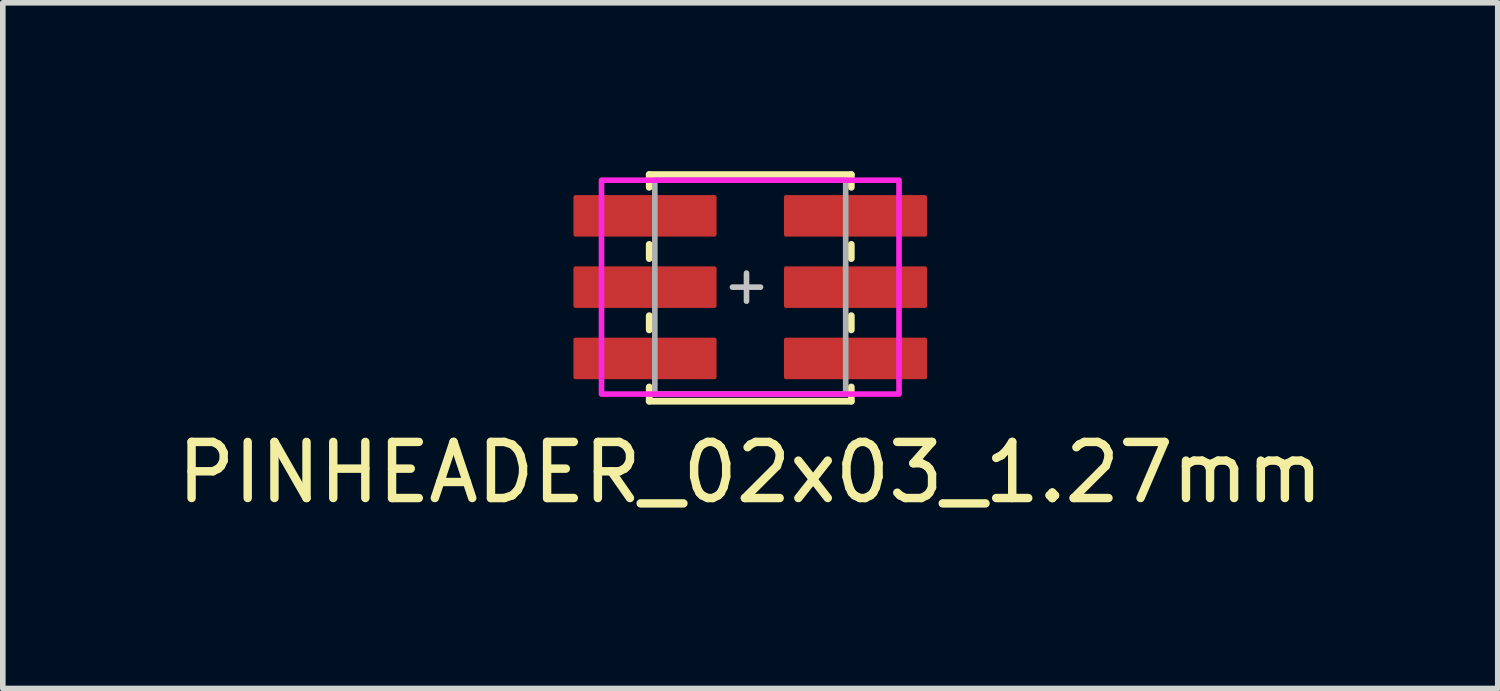
<source format=kicad_pcb>
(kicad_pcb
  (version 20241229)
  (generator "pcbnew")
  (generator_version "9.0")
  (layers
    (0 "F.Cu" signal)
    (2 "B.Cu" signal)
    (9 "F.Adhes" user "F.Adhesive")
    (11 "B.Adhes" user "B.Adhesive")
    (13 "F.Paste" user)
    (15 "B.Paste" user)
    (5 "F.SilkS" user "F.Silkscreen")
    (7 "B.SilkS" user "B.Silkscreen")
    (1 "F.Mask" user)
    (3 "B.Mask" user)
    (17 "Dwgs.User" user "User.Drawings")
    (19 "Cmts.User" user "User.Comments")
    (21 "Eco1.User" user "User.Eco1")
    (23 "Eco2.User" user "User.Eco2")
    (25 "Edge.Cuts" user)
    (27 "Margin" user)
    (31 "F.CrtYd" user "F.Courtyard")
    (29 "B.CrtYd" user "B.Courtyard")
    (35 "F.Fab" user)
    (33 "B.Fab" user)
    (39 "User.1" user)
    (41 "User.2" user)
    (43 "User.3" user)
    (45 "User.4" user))
  (footprint "PINHEADER_02x03_1.27mm"
    (layer "F.Cu")
    (at 10.315 2.065)
    (property "Reference" "PINHEADER_02x03_1.27mm" (at 0 3.302 0) (unlocked yes) (layer "F.SilkS") (effects (font (size 1 1) (thickness 0.15))))
    (attr smd)
    (fp_line (start -1.8 -2.005) (end -1.8 -1.778) (stroke (width 0.12) (type solid)) (layer "F.SilkS"))
    (fp_line (start -1.8 -2.005) (end 1.8 -2.005) (stroke (width 0.12) (type solid)) (layer "F.SilkS"))
    (fp_line (start -1.8 -0.762) (end -1.8 -0.508) (stroke (width 0.12) (type solid)) (layer "F.SilkS"))
    (fp_line (start -1.8 0.508) (end -1.8 0.762) (stroke (width 0.12) (type solid)) (layer "F.SilkS"))
    (fp_line (start -1.8 2.032) (end -1.8 1.778) (stroke (width 0.12) (type solid)) (layer "F.SilkS"))
    (fp_line (start -1.8 2.032) (end 1.8 2.032) (stroke (width 0.12) (type solid)) (layer "F.SilkS"))
    (fp_line (start 1.8 -2.005) (end 1.8 -1.778) (stroke (width 0.12) (type solid)) (layer "F.SilkS"))
    (fp_line (start 1.8 -0.762) (end 1.8 -0.508) (stroke (width 0.12) (type solid)) (layer "F.SilkS"))
    (fp_line (start 1.8 0.508) (end 1.8 0.762) (stroke (width 0.12) (type solid)) (layer "F.SilkS"))
    (fp_line (start 1.8 2.032) (end 1.8 1.778) (stroke (width 0.12) (type solid)) (layer "F.SilkS"))
    (fp_line (start -0.067 -0.25) (end -0.067 0.25) (stroke (width 0.1) (type solid)) (layer "Dwgs.User"))
    (fp_line (start 0.183 0) (end -0.317 0) (stroke (width 0.1) (type solid)) (layer "Dwgs.User"))
    (fp_rect (start 2.65 -1.905) (end -2.65 1.905) (stroke (width 0.1) (type solid)) (fill no) (layer "F.CrtYd"))
    (fp_rect (start 1.7 -1.905) (end -1.7 1.905) (stroke (width 0.1) (type solid)) (fill no) (layer "F.Fab"))
    (pad "1" smd roundrect (at -1.875 -1.27 90) (size 0.74 2.55) (layers "F.Cu" "F.Mask" "F.Paste") (roundrect_rratio 0.05))
    (pad "2" smd roundrect (at 1.875 -1.27 90) (size 0.74 2.55) (layers "F.Cu" "F.Mask" "F.Paste") (roundrect_rratio 0.05))
    (pad "3" smd roundrect (at -1.875 0 90) (size 0.74 2.55) (layers "F.Cu" "F.Mask" "F.Paste") (roundrect_rratio 0.05))
    (pad "4" smd roundrect (at 1.875 0 90) (size 0.74 2.55) (layers "F.Cu" "F.Mask" "F.Paste") (roundrect_rratio 0.05))
    (pad "5" smd roundrect (at -1.875 1.27 90) (size 0.74 2.55) (layers "F.Cu" "F.Mask" "F.Paste") (roundrect_rratio 0.05))
    (pad "6" smd roundrect (at 1.875 1.27 90) (size 0.74 2.55) (layers "F.Cu" "F.Mask" "F.Paste") (roundrect_rratio 0.05)))
  (gr_rect
    (start -3 -3)
    (end 23.631 9.215)
    (stroke (width 0.1) (type default))
    (fill no)
    (layer "Edge.Cuts")))
</source>
